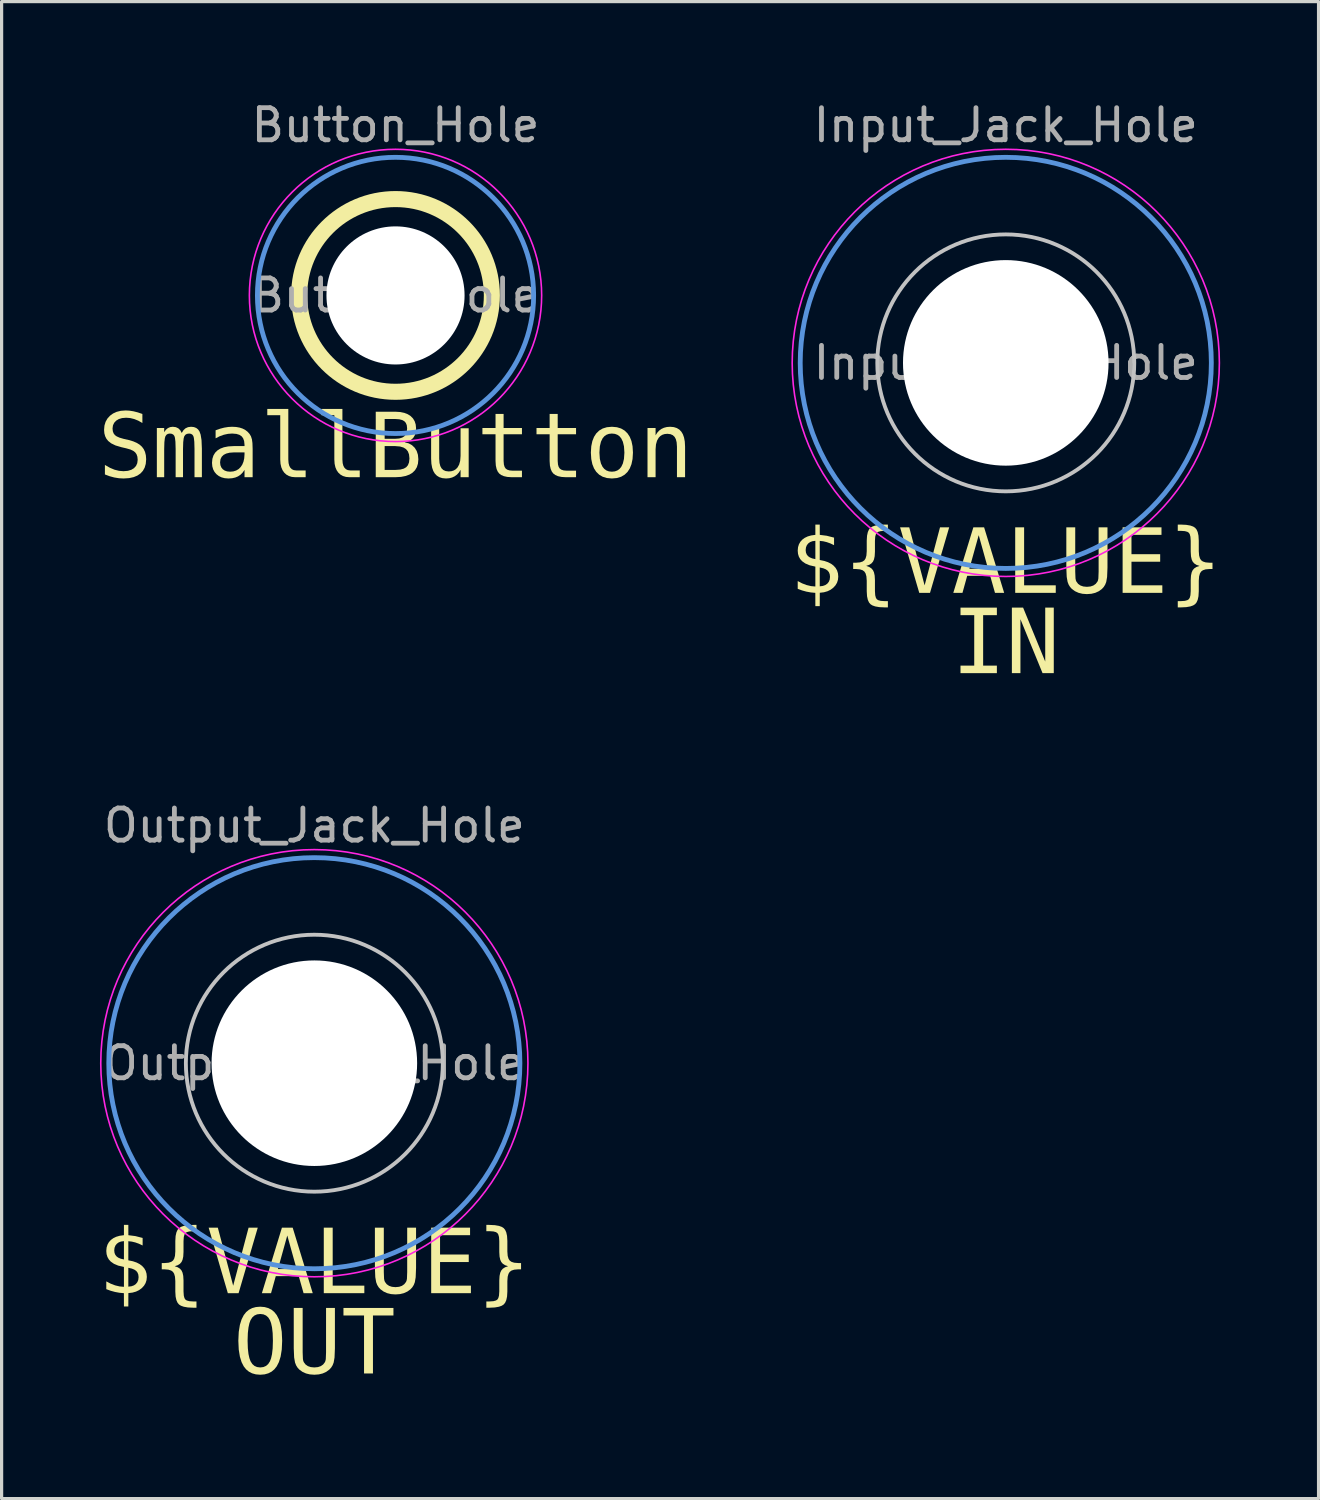
<source format=kicad_pcb>
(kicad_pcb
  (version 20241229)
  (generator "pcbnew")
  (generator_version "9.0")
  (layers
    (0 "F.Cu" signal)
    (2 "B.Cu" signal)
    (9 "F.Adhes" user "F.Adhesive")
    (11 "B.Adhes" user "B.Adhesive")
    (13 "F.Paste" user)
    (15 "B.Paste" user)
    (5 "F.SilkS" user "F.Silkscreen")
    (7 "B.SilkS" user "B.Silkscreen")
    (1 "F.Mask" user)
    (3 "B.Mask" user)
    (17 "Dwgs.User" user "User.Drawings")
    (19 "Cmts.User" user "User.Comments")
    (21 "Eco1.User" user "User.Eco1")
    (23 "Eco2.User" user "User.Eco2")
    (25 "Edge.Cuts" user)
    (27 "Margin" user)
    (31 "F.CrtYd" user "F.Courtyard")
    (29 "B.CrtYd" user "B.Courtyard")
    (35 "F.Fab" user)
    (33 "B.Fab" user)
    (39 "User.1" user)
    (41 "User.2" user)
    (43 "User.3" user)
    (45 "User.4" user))
  (footprint "Button_Hole"
    (layer "F.Cu")
    (at 9.264 6.148)
    (property "Reference" "Button_Hole" (at 0 -5.3 0) (layer "F.Fab") (effects (font (size 1 1) (thickness 0.15))))
    (property "Value" "SmallButton" (at 0 5.3 0) (layer "F.Fab") (hide yes) (effects (font (size 1 1) (thickness 0.15))))
    (attr exclude_from_pos_files)
    (fp_circle (center 0 0) (end 3 0) (stroke (width 0.5) (type solid)) (fill no) (layer "F.SilkS"))
    (fp_circle (center 0 0) (end 4.3 0) (stroke (width 0.15) (type solid)) (fill no) (layer "Cmts.User"))
    (fp_circle (center 0 0) (end 4.55 0) (stroke (width 0.05) (type solid)) (fill no) (layer "F.CrtYd"))
    (fp_text user "${VALUE}" (at 0 6 0) (unlocked yes) (layer "F.SilkS") (effects (font (face "Consolas") (size 2 2) (thickness 0.15)) (justify bottom)))
    (fp_text user "${REFERENCE}" (at 0 0 0) (layer "F.Fab") (effects (font (size 1 1) (thickness 0.15))))
    (pad "" np_thru_hole circle (at 0 0) (size 4.3 4.3) (drill 4.3) (layers "*.Cu" "*.Mask")))
  (footprint "Output_Jack_Hole"
    (layer "F.Cu")
    (at 6.737 30.052)
    (property "Reference" "Output_Jack_Hole" (at 0 -7.4 0) (layer "F.Fab") (effects (font (size 1 1) (thickness 0.15))))
    (property "Value" "${VALUE}" (at 0 7.4 0) (layer "F.Fab") (hide yes) (effects (font (size 1 1) (thickness 0.15))))
    (attr exclude_from_pos_files)
    (fp_circle (center 0 0) (end 4 0) (stroke (width 0.12) (type default)) (fill no) (layer "Dwgs.User"))
    (fp_circle (center 0 0) (end 6.4 0) (stroke (width 0.15) (type solid)) (fill no) (layer "Cmts.User"))
    (fp_circle (center 0 0) (end 6.65 0) (stroke (width 0.05) (type solid)) (fill no) (layer "F.CrtYd"))
    (fp_text user "OUT" (at 0 10 0) (unlocked yes) (layer "F.SilkS") (effects (font (face "Consolas") (size 2 2) (thickness 0.15)) (justify bottom)))
    (fp_text user "${VALUE}" (at 0 7.5 0) (unlocked yes) (layer "F.SilkS") (effects (font (face "Consolas") (size 2 2) (thickness 0.15)) (justify bottom)))
    (fp_text user "${REFERENCE}" (at 0 0 0) (layer "F.Fab") (effects (font (size 1 1) (thickness 0.15))))
    (pad "" np_thru_hole circle (at 0 0) (size 6.4 6.4) (drill 6.4) (layers "*.Cu" "*.Mask")))
  (footprint "Input_Jack_Hole"
    (layer "F.Cu")
    (at 28.264 8.248)
    (property "Reference" "Input_Jack_Hole" (at 0 -7.4 0) (layer "F.Fab") (effects (font (size 1 1) (thickness 0.15))))
    (property "Value" "${VALUE}" (at 0 7.4 0) (layer "F.Fab") (hide yes) (effects (font (size 1 1) (thickness 0.15))))
    (attr exclude_from_pos_files)
    (fp_circle (center 0 0) (end 4 0) (stroke (width 0.12) (type default)) (fill no) (layer "Dwgs.User"))
    (fp_circle (center 0 0) (end 6.4 0) (stroke (width 0.15) (type solid)) (fill no) (layer "Cmts.User"))
    (fp_circle (center 0 0) (end 6.65 0) (stroke (width 0.05) (type solid)) (fill no) (layer "F.CrtYd"))
    (fp_text user "${VALUE}" (at 0 7.5 0) (unlocked yes) (layer "F.SilkS") (effects (font (face "Consolas") (size 2 2) (thickness 0.15)) (justify bottom)))
    (fp_text user "IN" (at 0 10 0) (unlocked yes) (layer "F.SilkS") (effects (font (face "Consolas") (size 2 2) (thickness 0.15)) (justify bottom)))
    (fp_text user "${REFERENCE}" (at 0 0 0) (layer "F.Fab") (effects (font (size 1 1) (thickness 0.15))))
    (pad "" np_thru_hole circle (at 0 0) (size 6.4 6.4) (drill 6.4) (layers "*.Cu" "*.Mask")))
  (gr_rect
    (start -3 -3)
    (end 38.002 43.607)
    (stroke (width 0.1) (type default))
    (fill no)
    (layer "Edge.Cuts")))
</source>
